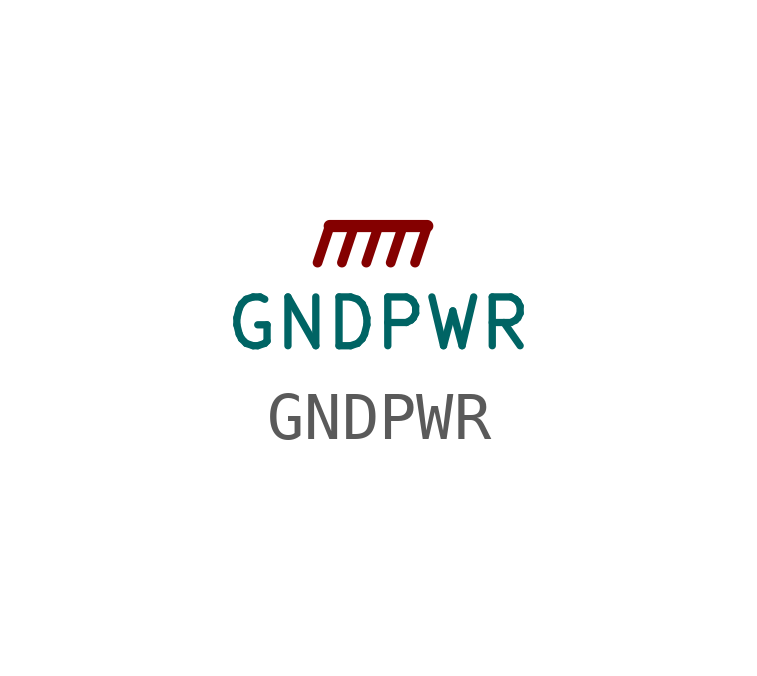
<source format=kicad_sym>
(kicad_symbol_lib
  (version 20211014)
  (generator kicad_symbol_editor)
  (symbol "GNDPWR"
    (power)
    (pin_numbers hide)
    (pin_names
      (offset 0) hide)
    (property "Reference" "#PWR"
      (at 0 1.27 0)
      (effects (font (size 1.016 1.016)) hide))
    (property "Value" "GNDPWR"
      (at 0 -2.032 0)
      (effects (font (size 1.016 1.016))))
    (symbol "GNDPWR_0_1"
      (polyline (pts (xy -1.016 0) (xy -1.27 -0.762) (xy -1.27 -0.762)) (stroke (width 0.203) (type default) (color 0 0 0 0)) (fill (type none)))
      (polyline (pts (xy -0.508 0) (xy -0.762 -0.762) (xy -0.762 -0.762)) (stroke (width 0.203) (type default) (color 0 0 0 0)) (fill (type none)))
      (polyline (pts (xy 0 0) (xy -0.254 -0.762) (xy -0.254 -0.762)) (stroke (width 0.203) (type default) (color 0 0 0 0)) (fill (type none)))
      (polyline (pts (xy 0.508 0) (xy 0.254 -0.762) (xy 0.254 -0.762)) (stroke (width 0.203) (type default) (color 0 0 0 0)) (fill (type none)))
      (polyline (pts (xy 1.016 0) (xy -1.016 0) (xy -1.016 0)) (stroke (width 0.254) (type default) (color 0 0 0 0)) (fill (type none)))
      (polyline (pts (xy 1.016 0) (xy 0.762 -0.762) (xy 0.762 -0.762) (xy 0.762 -0.762)) (stroke (width 0.203) (type default) (color 0 0 0 0)) (fill (type none))))
    (symbol "GNDPWR_1_1"
      (pin power_in line (at 0 0 90) (length 0) hide (name "GNDPWR" (effects (font (size 1.016 1.016)))) (number "1" (effects (font (size 1.016 1.016))))))))
</source>
